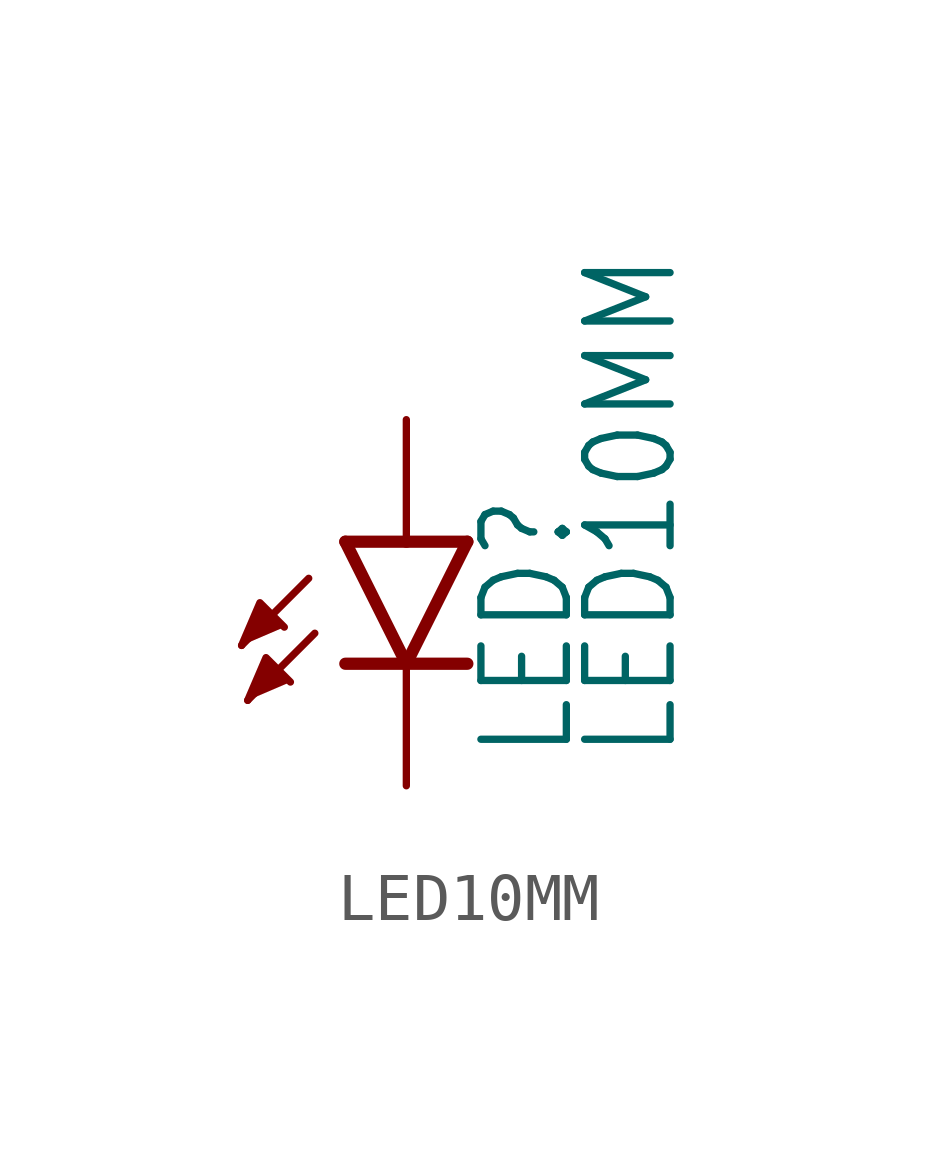
<source format=kicad_sym>
(kicad_symbol_lib
  (version 20211014)
  (generator kicad_symbol_editor)
  (symbol "LED10MM"
    (property "Reference" "LED"
      (at 3.556 -4.572 90)
      (effects (font (size 1.778 1.511)) (justify left bottom)))
    (property "Value" "LED10MM"
      (at 5.715 -4.572 90)
      (effects (font (size 1.778 1.511)) (justify left bottom)))
    (property "ki_locked" ""
      (at 0 0 0)
      (effects (font (size 1.27 1.27))))
    (symbol "LED10MM_1_0"
      (polyline (pts (xy -2.032 -0.762) (xy -3.429 -2.159)) (stroke (width 0.152) (type default)) (fill (type none)))
      (polyline (pts (xy -1.905 -1.905) (xy -3.302 -3.302)) (stroke (width 0.152) (type default)) (fill (type none)))
      (polyline (pts (xy 0 -2.54) (xy -1.27 -2.54)) (stroke (width 0.254) (type default)) (fill (type none)))
      (polyline (pts (xy 0 -2.54) (xy -1.27 0)) (stroke (width 0.254) (type default)) (fill (type none)))
      (polyline (pts (xy 0 0) (xy -1.27 0)) (stroke (width 0.254) (type default)) (fill (type none)))
      (polyline (pts (xy 1.27 -2.54) (xy 0 -2.54)) (stroke (width 0.254) (type default)) (fill (type none)))
      (polyline (pts (xy 1.27 0) (xy 0 -2.54)) (stroke (width 0.254) (type default)) (fill (type none)))
      (polyline (pts (xy 1.27 0) (xy 0 0)) (stroke (width 0.254) (type default)) (fill (type none)))
      (polyline (pts (xy -3.429 -2.159) (xy -3.048 -1.27) (xy -2.54 -1.778)) (stroke (width 0) (type default)) (fill (type outline)))
      (polyline (pts (xy -3.302 -3.302) (xy -2.921 -2.413) (xy -2.413 -2.921)) (stroke (width 0) (type default)) (fill (type outline)))
      (pin passive line (at 0 2.54 270) (length 2.54) (name "A" (effects (font (size 0 0)))) (number "A" (effects (font (size 0 0)))))
      (pin passive line (at 0 -5.08 90) (length 2.54) (name "C" (effects (font (size 0 0)))) (number "K" (effects (font (size 0 0))))))))
</source>
